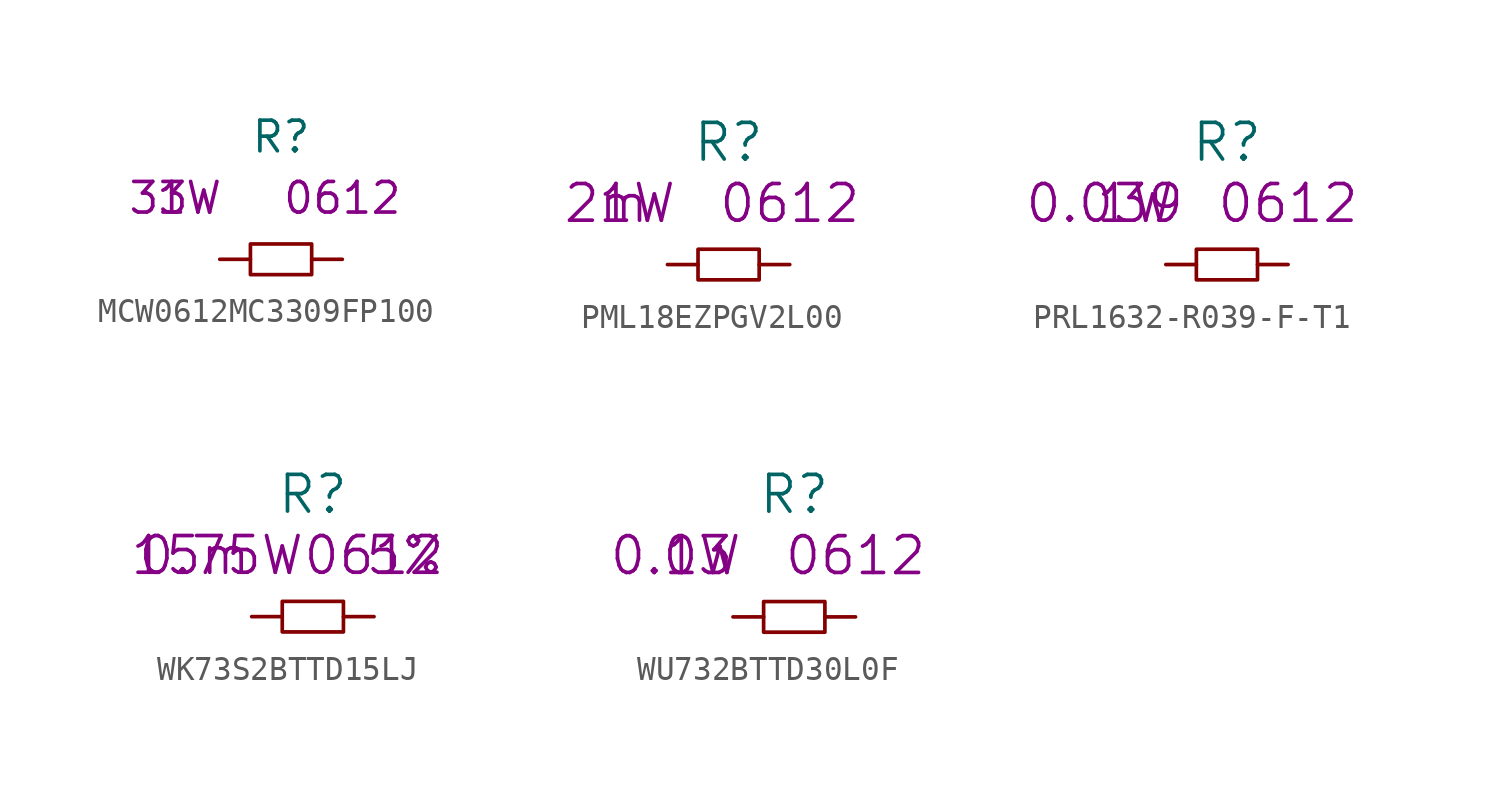
<source format=kicad_sym>
(kicad_symbol_lib
  (version 20220914)
  (generator kicad_symbol_editor)
  (symbol "MCW0612MC3309FP100"
    (pin_numbers hide)
    (pin_names
      (offset 1.016) hide)
    (property "Reference" "R"
      (at 0 5.08 0)
      (effects (font (size 1.27 1.27))))
    (property "Datasheet" ""
      (at 0 5.08 0)
      (effects (font (size 1.524 1.524))))
    (property "Value2" "33"
      (at -5.08 2.54 0)
      (effects (font (size 1.27 1.27))))
    (property "Rating" "1W"
      (at -3.81 2.54 0)
      (effects (font (size 1.27 1.27))))
    (property "Size" "0612"
      (at 2.54 2.54 0)
      (effects (font (size 1.27 1.27))))
    (symbol "MCW0612MC3309FP100_0_1"
      (rectangle (start -1.27 0.635) (end 1.27 -0.635) (stroke (width 0) (type solid)) (fill (type none))))
    (symbol "MCW0612MC3309FP100_1_1"
      (pin passive line (at -2.54 0 0) (length 1.27) (name "1" (effects (font (size 1.27 1.27)))) (number "1" (effects (font (size 1.27 1.27)))))
      (pin passive line (at 2.54 0 180) (length 1.27) (name "2" (effects (font (size 1.27 1.27)))) (number "2" (effects (font (size 1.27 1.27)))))))
  (symbol "PML18EZPGV2L00"
    (pin_numbers hide)
    (pin_names
      (offset 1.016) hide)
    (property "Reference" "R"
      (at 0 5.08 0)
      (effects (font (size 1.524 1.524))))
    (property "Datasheet" ""
      (at 0 5.08 0)
      (effects (font (size 1.524 1.524))))
    (property "Value2" "2m"
      (at -5.08 2.54 0)
      (effects (font (size 1.524 1.524))))
    (property "Rating" "1W"
      (at -3.81 2.54 0)
      (effects (font (size 1.524 1.524))))
    (property "Size" "0612"
      (at 2.54 2.54 0)
      (effects (font (size 1.524 1.524))))
    (symbol "PML18EZPGV2L00_0_1"
      (rectangle (start -1.27 0.635) (end 1.27 -0.635) (stroke (width 0) (type solid)) (fill (type none))))
    (symbol "PML18EZPGV2L00_1_1"
      (pin passive line (at -2.54 0 0) (length 1.27) (name "1" (effects (font (size 1.27 1.27)))) (number "1" (effects (font (size 1.27 1.27)))))
      (pin passive line (at 2.54 0 180) (length 1.27) (name "2" (effects (font (size 1.27 1.27)))) (number "2" (effects (font (size 1.27 1.27)))))))
  (symbol "PRL1632-R039-F-T1"
    (pin_numbers hide)
    (pin_names
      (offset 1.016) hide)
    (property "Reference" "R"
      (at 0 5.08 0)
      (effects (font (size 1.524 1.524))))
    (property "Datasheet" ""
      (at 0 5.08 0)
      (effects (font (size 1.524 1.524))))
    (property "Value2" "0.039"
      (at -5.08 2.54 0)
      (effects (font (size 1.524 1.524))))
    (property "Rating" "1W"
      (at -3.81 2.54 0)
      (effects (font (size 1.524 1.524))))
    (property "Size" "0612"
      (at 2.54 2.54 0)
      (effects (font (size 1.524 1.524))))
    (symbol "PRL1632-R039-F-T1_0_1"
      (rectangle (start -1.27 0.635) (end 1.27 -0.635) (stroke (width 0) (type solid)) (fill (type none))))
    (symbol "PRL1632-R039-F-T1_1_1"
      (pin passive line (at -2.54 0 0) (length 1.27) (name "1" (effects (font (size 1.27 1.27)))) (number "1" (effects (font (size 1.27 1.27)))))
      (pin passive line (at 2.54 0 180) (length 1.27) (name "2" (effects (font (size 1.27 1.27)))) (number "2" (effects (font (size 1.27 1.27)))))))
  (symbol "WK73S2BTTD15LJ"
    (pin_numbers hide)
    (pin_names
      (offset 1.016) hide)
    (property "Reference" "R"
      (at 0 5.08 0)
      (effects (font (size 1.524 1.524))))
    (property "Datasheet" ""
      (at 0 5.08 0)
      (effects (font (size 1.524 1.524))))
    (property "Value2" "15m"
      (at -5.08 2.54 0)
      (effects (font (size 1.524 1.524))))
    (property "Tolerance" "5%"
      (at 3.81 2.54 0)
      (effects (font (size 1.524 1.524))))
    (property "Rating" "0.75W"
      (at -3.81 2.54 0)
      (effects (font (size 1.524 1.524))))
    (property "Size" "0612"
      (at 2.54 2.54 0)
      (effects (font (size 1.524 1.524))))
    (symbol "WK73S2BTTD15LJ_0_1"
      (rectangle (start -1.27 0.635) (end 1.27 -0.635) (stroke (width 0) (type solid)) (fill (type none))))
    (symbol "WK73S2BTTD15LJ_1_1"
      (pin passive line (at -2.54 0 0) (length 1.27) (name "1" (effects (font (size 1.27 1.27)))) (number "1" (effects (font (size 1.27 1.27)))))
      (pin passive line (at 2.54 0 180) (length 1.27) (name "2" (effects (font (size 1.27 1.27)))) (number "2" (effects (font (size 1.27 1.27)))))))
  (symbol "WU732BTTD30L0F"
    (pin_numbers hide)
    (pin_names
      (offset 1.016) hide)
    (property "Reference" "R"
      (at 0 5.08 0)
      (effects (font (size 1.524 1.524))))
    (property "Datasheet" ""
      (at 0 5.08 0)
      (effects (font (size 1.524 1.524))))
    (property "Value2" "0.03"
      (at -5.08 2.54 0)
      (effects (font (size 1.524 1.524))))
    (property "Rating" "1W"
      (at -3.81 2.54 0)
      (effects (font (size 1.524 1.524))))
    (property "Size" "0612"
      (at 2.54 2.54 0)
      (effects (font (size 1.524 1.524))))
    (symbol "WU732BTTD30L0F_0_1"
      (rectangle (start -1.27 0.635) (end 1.27 -0.635) (stroke (width 0) (type solid)) (fill (type none))))
    (symbol "WU732BTTD30L0F_1_1"
      (pin passive line (at -2.54 0 0) (length 1.27) (name "1" (effects (font (size 1.27 1.27)))) (number "1" (effects (font (size 1.27 1.27)))))
      (pin passive line (at 2.54 0 180) (length 1.27) (name "2" (effects (font (size 1.27 1.27)))) (number "2" (effects (font (size 1.27 1.27))))))))
</source>
